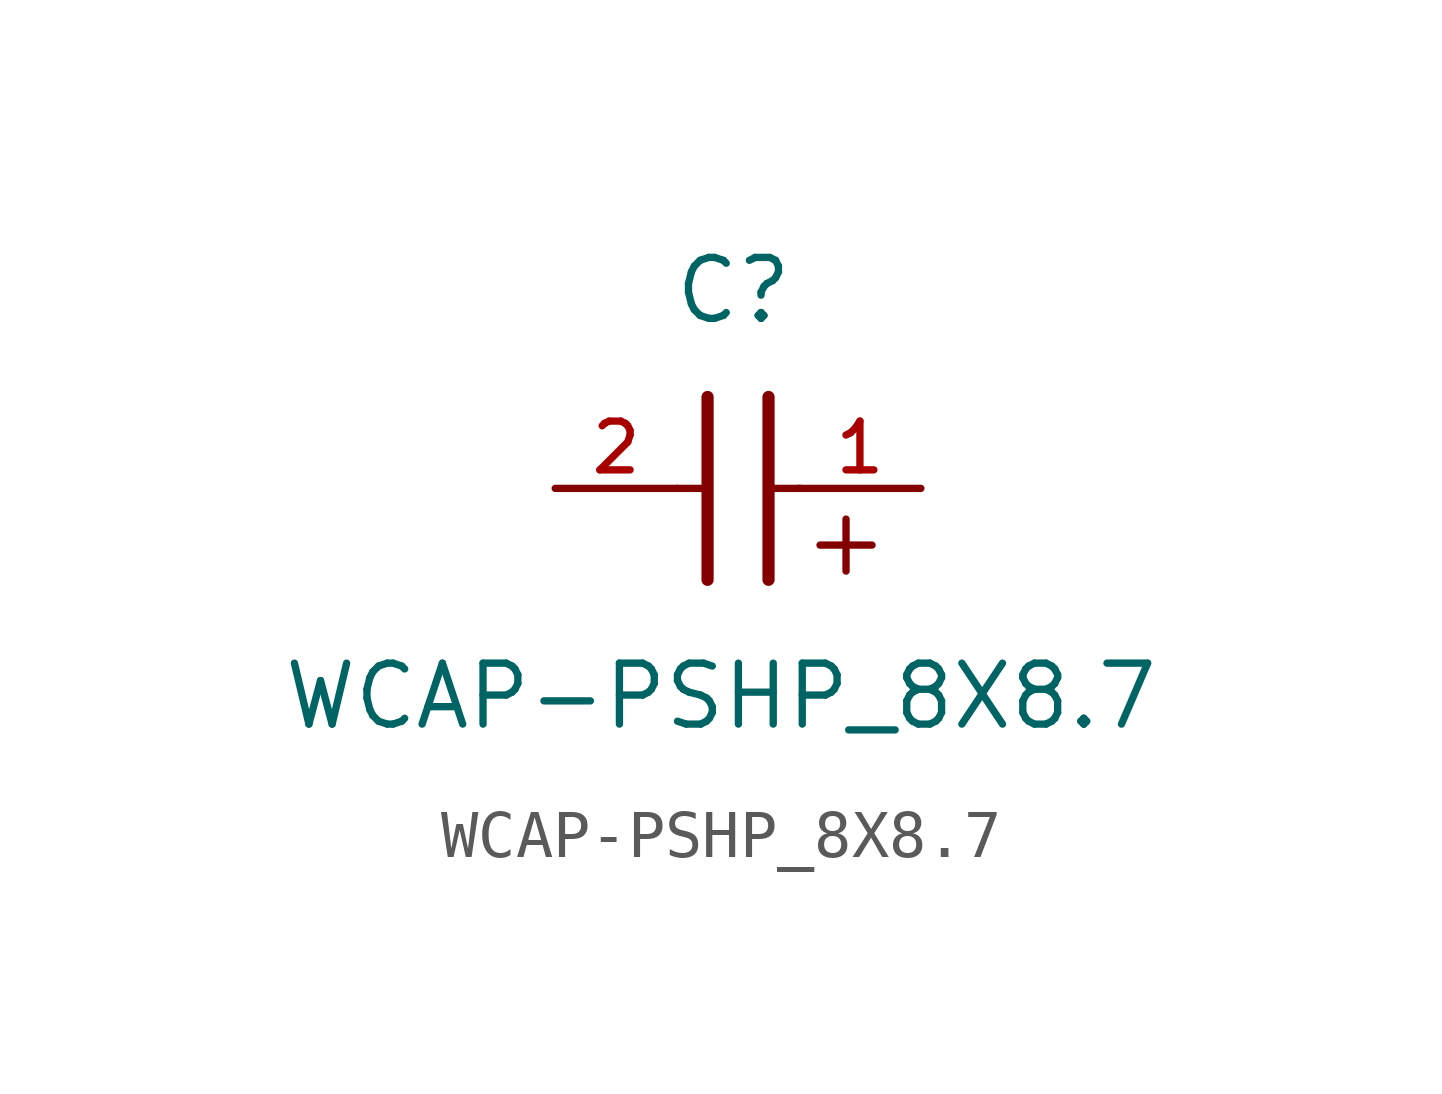
<source format=kicad_sym>
(kicad_symbol_lib
  (version 20211014)
  (generator kicad_symbol_editor)
  (symbol "WCAP-PSHP_8X8.7"
    (pin_names
      (offset 1.016))
    (property "Reference" "C"
      (at 1.175 3.38 0)
      (effects (font (size 1.27 1.27)) (justify bottom)))
    (property "Value" "WCAP-PSHP_8X8.7"
      (at 0.915 -5.075 0)
      (effects (font (size 1.27 1.27)) (justify bottom)))
    (symbol "WCAP-PSHP_8X8.7_0_0"
      (text "+" (at 2.54 -1.905 0) (effects (font (size 1.422 1.422)) (justify bottom left)))
      (polyline (pts (xy 1.905 1.905) (xy 1.905 -1.905)) (stroke (width 0.254)))
      (polyline (pts (xy 0.635 -1.905) (xy 0.635 1.905)) (stroke (width 0.254)))
      (polyline (pts (xy 0.0 0.0) (xy 0.643 0.0)) (stroke (width 0.152)))
      (polyline (pts (xy 1.928 0.0) (xy 2.57 0.0)) (stroke (width 0.152)))
      (pin passive line (at 5.08 0.0 180.0) (length 2.54) (name "~" (effects (font (size 1.016 1.016)))) (number "1" (effects (font (size 1.016 1.016)))))
      (pin passive line (at -2.54 0.0 0) (length 2.54) (name "~" (effects (font (size 1.016 1.016)))) (number "2" (effects (font (size 1.016 1.016))))))))
</source>
